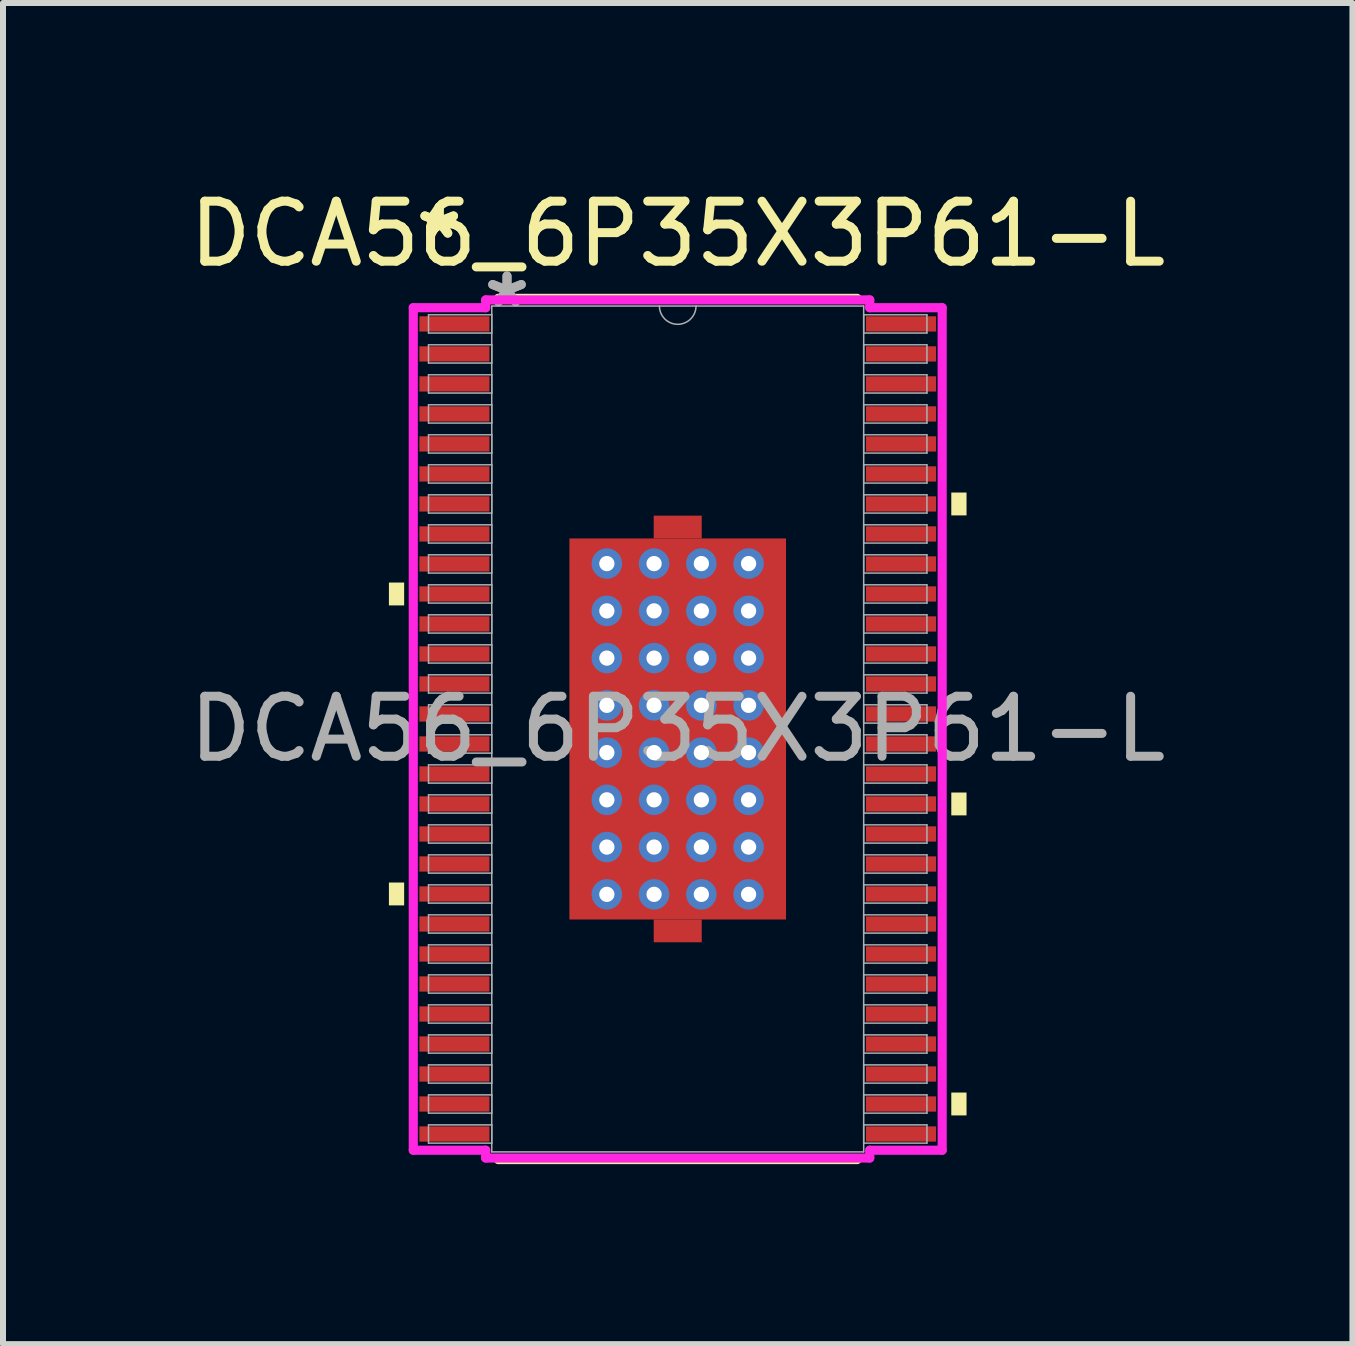
<source format=kicad_pcb>
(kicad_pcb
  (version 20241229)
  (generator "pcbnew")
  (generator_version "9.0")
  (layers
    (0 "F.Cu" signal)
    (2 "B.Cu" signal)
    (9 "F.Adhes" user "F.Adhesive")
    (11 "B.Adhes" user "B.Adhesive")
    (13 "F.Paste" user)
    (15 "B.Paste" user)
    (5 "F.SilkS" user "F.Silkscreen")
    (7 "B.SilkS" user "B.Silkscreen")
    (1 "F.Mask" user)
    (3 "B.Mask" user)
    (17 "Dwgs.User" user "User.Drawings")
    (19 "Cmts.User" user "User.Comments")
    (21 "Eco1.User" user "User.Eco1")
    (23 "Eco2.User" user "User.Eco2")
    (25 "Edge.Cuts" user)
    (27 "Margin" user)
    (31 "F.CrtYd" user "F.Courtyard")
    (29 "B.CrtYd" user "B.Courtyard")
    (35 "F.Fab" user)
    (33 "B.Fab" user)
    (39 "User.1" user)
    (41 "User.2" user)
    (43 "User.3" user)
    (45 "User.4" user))
  (footprint "DCA56_6P35X3P61-L"
    (layer "F.Cu")
    (at 8.244 9.098)
    (property "Reference" "DCA56_6P35X3P61-L" (at 0 -8.25 0) (unlocked yes) (layer "F.SilkS") (effects (font (size 1 1) (thickness 0.15))))
    (attr smd)
    (fp_poly (pts (xy -0.4 -3.175) (xy -0.4 -3.555) (xy 0.4 -3.555) (xy 0.4 -3.175)) (stroke (width 0) (type solid)) (fill yes) (layer "F.Cu"))
    (fp_poly (pts (xy -0.4 3.175) (xy -0.4 3.555) (xy 0.4 3.555) (xy 0.4 3.175)) (stroke (width 0) (type solid)) (fill yes) (layer "F.Cu"))
    (fp_poly (pts (xy -1.869 -3.239) (xy -1.381 -3.239) (xy -1.381 3.239) (xy -1.869 3.239)) (stroke (width 0) (type solid)) (fill yes) (layer "F.Mask"))
    (fp_poly (pts (xy -1.869 -3.239) (xy 1.869 -3.239) (xy 1.869 -2.956) (xy -1.869 -2.956)) (stroke (width 0) (type solid)) (fill yes) (layer "F.Mask"))
    (fp_poly (pts (xy -1.869 -2.556) (xy 1.869 -2.556) (xy 1.869 -2.168) (xy -1.869 -2.168)) (stroke (width 0) (type solid)) (fill yes) (layer "F.Mask"))
    (fp_poly (pts (xy -1.869 -1.768) (xy 1.869 -1.768) (xy 1.869 -1.381) (xy -1.869 -1.381)) (stroke (width 0) (type solid)) (fill yes) (layer "F.Mask"))
    (fp_poly (pts (xy -1.869 -0.981) (xy 1.869 -0.981) (xy 1.869 -0.594) (xy -1.869 -0.594)) (stroke (width 0) (type solid)) (fill yes) (layer "F.Mask"))
    (fp_poly (pts (xy -1.869 -0.194) (xy 1.869 -0.194) (xy 1.869 0.194) (xy -1.869 0.194)) (stroke (width 0) (type solid)) (fill yes) (layer "F.Mask"))
    (fp_poly (pts (xy -1.869 0.594) (xy 1.869 0.594) (xy 1.869 0.981) (xy -1.869 0.981)) (stroke (width 0) (type solid)) (fill yes) (layer "F.Mask"))
    (fp_poly (pts (xy -1.869 1.381) (xy 1.869 1.381) (xy 1.869 1.768) (xy -1.869 1.768)) (stroke (width 0) (type solid)) (fill yes) (layer "F.Mask"))
    (fp_poly (pts (xy -1.869 2.168) (xy 1.869 2.168) (xy 1.869 2.556) (xy -1.869 2.556)) (stroke (width 0) (type solid)) (fill yes) (layer "F.Mask"))
    (fp_poly (pts (xy -1.869 2.956) (xy 1.869 2.956) (xy 1.869 3.239) (xy -1.869 3.239)) (stroke (width 0) (type solid)) (fill yes) (layer "F.Mask"))
    (fp_poly (pts (xy -0.594 -3.239) (xy -0.981 -3.239) (xy -0.981 3.239) (xy -0.594 3.239)) (stroke (width 0) (type solid)) (fill yes) (layer "F.Mask"))
    (fp_poly (pts (xy -0.4 -3.175) (xy -0.4 -3.555) (xy 0.4 -3.555) (xy 0.4 -3.175)) (stroke (width 0) (type solid)) (fill yes) (layer "F.Mask"))
    (fp_poly (pts (xy -0.4 3.175) (xy -0.4 3.555) (xy 0.4 3.555) (xy 0.4 3.175)) (stroke (width 0) (type solid)) (fill yes) (layer "F.Mask"))
    (fp_poly (pts (xy 0.194 -3.239) (xy -0.194 -3.239) (xy -0.194 3.239) (xy 0.194 3.239)) (stroke (width 0) (type solid)) (fill yes) (layer "F.Mask"))
    (fp_poly (pts (xy 0.981 -3.239) (xy 0.594 -3.239) (xy 0.594 3.239) (xy 0.981 3.239)) (stroke (width 0) (type solid)) (fill yes) (layer "F.Mask"))
    (fp_poly (pts (xy 1.381 -3.239) (xy 1.869 -3.239) (xy 1.869 3.239) (xy 1.381 3.239)) (stroke (width 0) (type solid)) (fill yes) (layer "F.Mask"))
    (fp_line (start -2.99 7.176) (end 2.99 7.176) (stroke (width 0.152) (type solid)) (layer "F.SilkS"))
    (fp_line (start 2.99 -7.176) (end -2.99 -7.176) (stroke (width 0.152) (type solid)) (layer "F.SilkS"))
    (fp_poly (pts (xy -4.813 -2.44) (xy -4.813 -2.059) (xy -4.559 -2.059) (xy -4.559 -2.44)) (stroke (width 0) (type solid)) (fill yes) (layer "F.SilkS"))
    (fp_poly (pts (xy -4.813 2.559) (xy -4.813 2.94) (xy -4.559 2.94) (xy -4.559 2.559)) (stroke (width 0) (type solid)) (fill yes) (layer "F.SilkS"))
    (fp_poly (pts (xy 4.813 -3.94) (xy 4.813 -3.559) (xy 4.559 -3.559) (xy 4.559 -3.94)) (stroke (width 0) (type solid)) (fill yes) (layer "F.SilkS"))
    (fp_poly (pts (xy 4.813 1.059) (xy 4.813 1.44) (xy 4.559 1.44) (xy 4.559 1.059)) (stroke (width 0) (type solid)) (fill yes) (layer "F.SilkS"))
    (fp_poly (pts (xy 4.813 6.059) (xy 4.813 6.44) (xy 4.559 6.44) (xy 4.559 6.059)) (stroke (width 0) (type solid)) (fill yes) (layer "F.SilkS"))
    (fp_poly (pts (xy -1.73 -3.1) (xy -1.73 -2.856) (xy -1.423 -2.856) (xy -1.281 -2.997) (xy -1.281 -3.1)) (stroke (width 0) (type solid)) (fill yes) (layer "F.Paste"))
    (fp_poly (pts (xy -1.73 2.856) (xy -1.73 3.1) (xy -1.281 3.1) (xy -1.281 2.997) (xy -1.423 2.856)) (stroke (width 0) (type solid)) (fill yes) (layer "F.Paste"))
    (fp_poly (pts (xy 1.281 -3.1) (xy 1.281 -2.997) (xy 1.423 -2.856) (xy 1.73 -2.856) (xy 1.73 -3.1)) (stroke (width 0) (type solid)) (fill yes) (layer "F.Paste"))
    (fp_poly (pts (xy 1.423 2.856) (xy 1.281 2.997) (xy 1.281 3.1) (xy 1.73 3.1) (xy 1.73 2.856)) (stroke (width 0) (type solid)) (fill yes) (layer "F.Paste"))
    (fp_poly (pts (xy -1.73 -2.656) (xy -1.73 -2.068) (xy -1.423 -2.068) (xy -1.281 -2.21) (xy -1.281 -2.514) (xy -1.423 -2.656)) (stroke (width 0) (type solid)) (fill yes) (layer "F.Paste"))
    (fp_poly (pts (xy -1.73 -1.869) (xy -1.73 -1.281) (xy -1.423 -1.281) (xy -1.281 -1.423) (xy -1.281 -1.727) (xy -1.423 -1.869)) (stroke (width 0) (type solid)) (fill yes) (layer "F.Paste"))
    (fp_poly (pts (xy -1.73 -1.081) (xy -1.73 -0.494) (xy -1.423 -0.494) (xy -1.281 -0.635) (xy -1.281 -0.94) (xy -1.423 -1.081)) (stroke (width 0) (type solid)) (fill yes) (layer "F.Paste"))
    (fp_poly (pts (xy -1.73 -0.294) (xy -1.73 0.294) (xy -1.423 0.294) (xy -1.281 0.152) (xy -1.281 -0.152) (xy -1.423 -0.294)) (stroke (width 0) (type solid)) (fill yes) (layer "F.Paste"))
    (fp_poly (pts (xy -1.73 0.494) (xy -1.73 1.081) (xy -1.423 1.081) (xy -1.281 0.94) (xy -1.281 0.635) (xy -1.423 0.494)) (stroke (width 0) (type solid)) (fill yes) (layer "F.Paste"))
    (fp_poly (pts (xy -1.73 1.281) (xy -1.73 1.869) (xy -1.423 1.869) (xy -1.281 1.727) (xy -1.281 1.423) (xy -1.423 1.281)) (stroke (width 0) (type solid)) (fill yes) (layer "F.Paste"))
    (fp_poly (pts (xy -1.73 2.068) (xy -1.73 2.656) (xy -1.423 2.656) (xy -1.281 2.514) (xy -1.281 2.21) (xy -1.423 2.068)) (stroke (width 0) (type solid)) (fill yes) (layer "F.Paste"))
    (fp_poly (pts (xy -1.081 -3.1) (xy -1.081 -2.997) (xy -0.94 -2.856) (xy -0.635 -2.856) (xy -0.494 -2.997) (xy -0.494 -3.1)) (stroke (width 0) (type solid)) (fill yes) (layer "F.Paste"))
    (fp_poly (pts (xy -0.94 2.856) (xy -1.081 2.997) (xy -1.081 3.1) (xy -0.494 3.1) (xy -0.494 2.997) (xy -0.635 2.856)) (stroke (width 0) (type solid)) (fill yes) (layer "F.Paste"))
    (fp_poly (pts (xy -0.294 -3.1) (xy -0.294 -2.997) (xy -0.152 -2.856) (xy 0.152 -2.856) (xy 0.294 -2.997) (xy 0.294 -3.1)) (stroke (width 0) (type solid)) (fill yes) (layer "F.Paste"))
    (fp_poly (pts (xy -0.152 2.856) (xy -0.294 2.997) (xy -0.294 3.1) (xy 0.294 3.1) (xy 0.294 2.997) (xy 0.152 2.856)) (stroke (width 0) (type solid)) (fill yes) (layer "F.Paste"))
    (fp_poly (pts (xy 0.494 -3.1) (xy 0.494 -2.997) (xy 0.635 -2.856) (xy 0.94 -2.856) (xy 1.081 -2.997) (xy 1.081 -3.1)) (stroke (width 0) (type solid)) (fill yes) (layer "F.Paste"))
    (fp_poly (pts (xy 0.635 2.856) (xy 0.494 2.997) (xy 0.494 3.1) (xy 1.081 3.1) (xy 1.081 2.997) (xy 0.94 2.856)) (stroke (width 0) (type solid)) (fill yes) (layer "F.Paste"))
    (fp_poly (pts (xy 1.423 -2.656) (xy 1.281 -2.514) (xy 1.281 -2.21) (xy 1.423 -2.068) (xy 1.73 -2.068) (xy 1.73 -2.656)) (stroke (width 0) (type solid)) (fill yes) (layer "F.Paste"))
    (fp_poly (pts (xy 1.423 -1.869) (xy 1.281 -1.727) (xy 1.281 -1.423) (xy 1.423 -1.281) (xy 1.73 -1.281) (xy 1.73 -1.869)) (stroke (width 0) (type solid)) (fill yes) (layer "F.Paste"))
    (fp_poly (pts (xy 1.423 -1.081) (xy 1.281 -0.94) (xy 1.281 -0.635) (xy 1.423 -0.494) (xy 1.73 -0.494) (xy 1.73 -1.081)) (stroke (width 0) (type solid)) (fill yes) (layer "F.Paste"))
    (fp_poly (pts (xy 1.423 -0.294) (xy 1.281 -0.152) (xy 1.281 0.152) (xy 1.423 0.294) (xy 1.73 0.294) (xy 1.73 -0.294)) (stroke (width 0) (type solid)) (fill yes) (layer "F.Paste"))
    (fp_poly (pts (xy 1.423 0.494) (xy 1.281 0.635) (xy 1.281 0.94) (xy 1.423 1.081) (xy 1.73 1.081) (xy 1.73 0.494)) (stroke (width 0) (type solid)) (fill yes) (layer "F.Paste"))
    (fp_poly (pts (xy 1.423 1.281) (xy 1.281 1.423) (xy 1.281 1.727) (xy 1.423 1.869) (xy 1.73 1.869) (xy 1.73 1.281)) (stroke (width 0) (type solid)) (fill yes) (layer "F.Paste"))
    (fp_poly (pts (xy 1.423 2.068) (xy 1.281 2.21) (xy 1.281 2.514) (xy 1.423 2.656) (xy 1.73 2.656) (xy 1.73 2.068)) (stroke (width 0) (type solid)) (fill yes) (layer "F.Paste"))
    (fp_poly (pts (xy -0.94 -2.656) (xy -1.081 -2.514) (xy -1.081 -2.21) (xy -0.94 -2.068) (xy -0.635 -2.068) (xy -0.494 -2.21) (xy -0.494 -2.514) (xy -0.635 -2.656)) (stroke (width 0) (type solid)) (fill yes) (layer "F.Paste"))
    (fp_poly (pts (xy -0.94 -1.869) (xy -1.081 -1.727) (xy -1.081 -1.423) (xy -0.94 -1.281) (xy -0.635 -1.281) (xy -0.494 -1.423) (xy -0.494 -1.727) (xy -0.635 -1.869)) (stroke (width 0) (type solid)) (fill yes) (layer "F.Paste"))
    (fp_poly (pts (xy -0.94 -1.081) (xy -1.081 -0.94) (xy -1.081 -0.635) (xy -0.94 -0.494) (xy -0.635 -0.494) (xy -0.494 -0.635) (xy -0.494 -0.94) (xy -0.635 -1.081)) (stroke (width 0) (type solid)) (fill yes) (layer "F.Paste"))
    (fp_poly (pts (xy -0.94 -0.294) (xy -1.081 -0.152) (xy -1.081 0.152) (xy -0.94 0.294) (xy -0.635 0.294) (xy -0.494 0.152) (xy -0.494 -0.152) (xy -0.635 -0.294)) (stroke (width 0) (type solid)) (fill yes) (layer "F.Paste"))
    (fp_poly (pts (xy -0.94 0.494) (xy -1.081 0.635) (xy -1.081 0.94) (xy -0.94 1.081) (xy -0.635 1.081) (xy -0.494 0.94) (xy -0.494 0.635) (xy -0.635 0.494)) (stroke (width 0) (type solid)) (fill yes) (layer "F.Paste"))
    (fp_poly (pts (xy -0.94 1.281) (xy -1.081 1.423) (xy -1.081 1.727) (xy -0.94 1.869) (xy -0.635 1.869) (xy -0.494 1.727) (xy -0.494 1.423) (xy -0.635 1.281)) (stroke (width 0) (type solid)) (fill yes) (layer "F.Paste"))
    (fp_poly (pts (xy -0.94 2.068) (xy -1.081 2.21) (xy -1.081 2.514) (xy -0.94 2.656) (xy -0.635 2.656) (xy -0.494 2.514) (xy -0.494 2.21) (xy -0.635 2.068)) (stroke (width 0) (type solid)) (fill yes) (layer "F.Paste"))
    (fp_poly (pts (xy -0.152 -2.656) (xy -0.294 -2.514) (xy -0.294 -2.21) (xy -0.152 -2.068) (xy 0.152 -2.068) (xy 0.294 -2.21) (xy 0.294 -2.514) (xy 0.152 -2.656)) (stroke (width 0) (type solid)) (fill yes) (layer "F.Paste"))
    (fp_poly (pts (xy -0.152 -1.869) (xy -0.294 -1.727) (xy -0.294 -1.423) (xy -0.152 -1.281) (xy 0.152 -1.281) (xy 0.294 -1.423) (xy 0.294 -1.727) (xy 0.152 -1.869)) (stroke (width 0) (type solid)) (fill yes) (layer "F.Paste"))
    (fp_poly (pts (xy -0.152 -1.081) (xy -0.294 -0.94) (xy -0.294 -0.635) (xy -0.152 -0.494) (xy 0.152 -0.494) (xy 0.294 -0.635) (xy 0.294 -0.94) (xy 0.152 -1.081)) (stroke (width 0) (type solid)) (fill yes) (layer "F.Paste"))
    (fp_poly (pts (xy -0.152 -0.294) (xy -0.294 -0.152) (xy -0.294 0.152) (xy -0.152 0.294) (xy 0.152 0.294) (xy 0.294 0.152) (xy 0.294 -0.152) (xy 0.152 -0.294)) (stroke (width 0) (type solid)) (fill yes) (layer "F.Paste"))
    (fp_poly (pts (xy -0.152 0.494) (xy -0.294 0.635) (xy -0.294 0.94) (xy -0.152 1.081) (xy 0.152 1.081) (xy 0.294 0.94) (xy 0.294 0.635) (xy 0.152 0.494)) (stroke (width 0) (type solid)) (fill yes) (layer "F.Paste"))
    (fp_poly (pts (xy -0.152 1.281) (xy -0.294 1.423) (xy -0.294 1.727) (xy -0.152 1.869) (xy 0.152 1.869) (xy 0.294 1.727) (xy 0.294 1.423) (xy 0.152 1.281)) (stroke (width 0) (type solid)) (fill yes) (layer "F.Paste"))
    (fp_poly (pts (xy -0.152 2.068) (xy -0.294 2.21) (xy -0.294 2.514) (xy -0.152 2.656) (xy 0.152 2.656) (xy 0.294 2.514) (xy 0.294 2.21) (xy 0.152 2.068)) (stroke (width 0) (type solid)) (fill yes) (layer "F.Paste"))
    (fp_poly (pts (xy 0.635 -2.656) (xy 0.494 -2.514) (xy 0.494 -2.21) (xy 0.635 -2.068) (xy 0.94 -2.068) (xy 1.081 -2.21) (xy 1.081 -2.514) (xy 0.94 -2.656)) (stroke (width 0) (type solid)) (fill yes) (layer "F.Paste"))
    (fp_poly (pts (xy 0.635 -1.869) (xy 0.494 -1.727) (xy 0.494 -1.423) (xy 0.635 -1.281) (xy 0.94 -1.281) (xy 1.081 -1.423) (xy 1.081 -1.727) (xy 0.94 -1.869)) (stroke (width 0) (type solid)) (fill yes) (layer "F.Paste"))
    (fp_poly (pts (xy 0.635 -1.081) (xy 0.494 -0.94) (xy 0.494 -0.635) (xy 0.635 -0.494) (xy 0.94 -0.494) (xy 1.081 -0.635) (xy 1.081 -0.94) (xy 0.94 -1.081)) (stroke (width 0) (type solid)) (fill yes) (layer "F.Paste"))
    (fp_poly (pts (xy 0.635 -0.294) (xy 0.494 -0.152) (xy 0.494 0.152) (xy 0.635 0.294) (xy 0.94 0.294) (xy 1.081 0.152) (xy 1.081 -0.152) (xy 0.94 -0.294)) (stroke (width 0) (type solid)) (fill yes) (layer "F.Paste"))
    (fp_poly (pts (xy 0.635 0.494) (xy 0.494 0.635) (xy 0.494 0.94) (xy 0.635 1.081) (xy 0.94 1.081) (xy 1.081 0.94) (xy 1.081 0.635) (xy 0.94 0.494)) (stroke (width 0) (type solid)) (fill yes) (layer "F.Paste"))
    (fp_poly (pts (xy 0.635 1.281) (xy 0.494 1.423) (xy 0.494 1.727) (xy 0.635 1.869) (xy 0.94 1.869) (xy 1.081 1.727) (xy 1.081 1.423) (xy 0.94 1.281)) (stroke (width 0) (type solid)) (fill yes) (layer "F.Paste"))
    (fp_poly (pts (xy 0.635 2.068) (xy 0.494 2.21) (xy 0.494 2.514) (xy 0.635 2.656) (xy 0.94 2.656) (xy 1.081 2.514) (xy 1.081 2.21) (xy 0.94 2.068)) (stroke (width 0) (type solid)) (fill yes) (layer "F.Paste"))
    (fp_line (start -4.407 -7.02) (end -3.2 -7.02) (stroke (width 0.152) (type solid)) (layer "F.CrtYd"))
    (fp_line (start -4.407 7.02) (end -4.407 -7.02) (stroke (width 0.152) (type solid)) (layer "F.CrtYd"))
    (fp_line (start -4.407 7.02) (end -3.2 7.02) (stroke (width 0.152) (type solid)) (layer "F.CrtYd"))
    (fp_line (start -3.2 -7.15) (end 3.2 -7.15) (stroke (width 0.152) (type solid)) (layer "F.CrtYd"))
    (fp_line (start -3.2 -7.02) (end -3.2 -7.15) (stroke (width 0.152) (type solid)) (layer "F.CrtYd"))
    (fp_line (start -3.2 7.15) (end -3.2 7.02) (stroke (width 0.152) (type solid)) (layer "F.CrtYd"))
    (fp_line (start 3.2 -7.15) (end 3.2 -7.02) (stroke (width 0.152) (type solid)) (layer "F.CrtYd"))
    (fp_line (start 3.2 7.02) (end 3.2 7.15) (stroke (width 0.152) (type solid)) (layer "F.CrtYd"))
    (fp_line (start 3.2 7.15) (end -3.2 7.15) (stroke (width 0.152) (type solid)) (layer "F.CrtYd"))
    (fp_line (start 4.407 -7.02) (end 3.2 -7.02) (stroke (width 0.152) (type solid)) (layer "F.CrtYd"))
    (fp_line (start 4.407 -7.02) (end 4.407 7.02) (stroke (width 0.152) (type solid)) (layer "F.CrtYd"))
    (fp_line (start 4.407 7.02) (end 3.2 7.02) (stroke (width 0.152) (type solid)) (layer "F.CrtYd"))
    (fp_line (start -4.153 -6.902) (end -4.153 -6.598) (stroke (width 0.025) (type solid)) (layer "F.Fab"))
    (fp_line (start -4.153 -6.598) (end -3.099 -6.598) (stroke (width 0.025) (type solid)) (layer "F.Fab"))
    (fp_line (start -4.153 -6.402) (end -4.153 -6.098) (stroke (width 0.025) (type solid)) (layer "F.Fab"))
    (fp_line (start -4.153 -6.098) (end -3.099 -6.098) (stroke (width 0.025) (type solid)) (layer "F.Fab"))
    (fp_line (start -4.153 -5.902) (end -4.153 -5.598) (stroke (width 0.025) (type solid)) (layer "F.Fab"))
    (fp_line (start -4.153 -5.598) (end -3.099 -5.598) (stroke (width 0.025) (type solid)) (layer "F.Fab"))
    (fp_line (start -4.153 -5.402) (end -4.153 -5.098) (stroke (width 0.025) (type solid)) (layer "F.Fab"))
    (fp_line (start -4.153 -5.098) (end -3.099 -5.098) (stroke (width 0.025) (type solid)) (layer "F.Fab"))
    (fp_line (start -4.153 -4.902) (end -4.153 -4.598) (stroke (width 0.025) (type solid)) (layer "F.Fab"))
    (fp_line (start -4.153 -4.598) (end -3.099 -4.598) (stroke (width 0.025) (type solid)) (layer "F.Fab"))
    (fp_line (start -4.153 -4.402) (end -4.153 -4.098) (stroke (width 0.025) (type solid)) (layer "F.Fab"))
    (fp_line (start -4.153 -4.098) (end -3.099 -4.098) (stroke (width 0.025) (type solid)) (layer "F.Fab"))
    (fp_line (start -4.153 -3.902) (end -4.153 -3.598) (stroke (width 0.025) (type solid)) (layer "F.Fab"))
    (fp_line (start -4.153 -3.598) (end -3.099 -3.598) (stroke (width 0.025) (type solid)) (layer "F.Fab"))
    (fp_line (start -4.153 -3.402) (end -4.153 -3.098) (stroke (width 0.025) (type solid)) (layer "F.Fab"))
    (fp_line (start -4.153 -3.098) (end -3.099 -3.098) (stroke (width 0.025) (type solid)) (layer "F.Fab"))
    (fp_line (start -4.153 -2.902) (end -4.153 -2.598) (stroke (width 0.025) (type solid)) (layer "F.Fab"))
    (fp_line (start -4.153 -2.598) (end -3.099 -2.598) (stroke (width 0.025) (type solid)) (layer "F.Fab"))
    (fp_line (start -4.153 -2.402) (end -4.153 -2.098) (stroke (width 0.025) (type solid)) (layer "F.Fab"))
    (fp_line (start -4.153 -2.098) (end -3.099 -2.098) (stroke (width 0.025) (type solid)) (layer "F.Fab"))
    (fp_line (start -4.153 -1.902) (end -4.153 -1.598) (stroke (width 0.025) (type solid)) (layer "F.Fab"))
    (fp_line (start -4.153 -1.598) (end -3.099 -1.598) (stroke (width 0.025) (type solid)) (layer "F.Fab"))
    (fp_line (start -4.153 -1.402) (end -4.153 -1.098) (stroke (width 0.025) (type solid)) (layer "F.Fab"))
    (fp_line (start -4.153 -1.098) (end -3.099 -1.098) (stroke (width 0.025) (type solid)) (layer "F.Fab"))
    (fp_line (start -4.153 -0.902) (end -4.153 -0.598) (stroke (width 0.025) (type solid)) (layer "F.Fab"))
    (fp_line (start -4.153 -0.598) (end -3.099 -0.598) (stroke (width 0.025) (type solid)) (layer "F.Fab"))
    (fp_line (start -4.153 -0.402) (end -4.153 -0.098) (stroke (width 0.025) (type solid)) (layer "F.Fab"))
    (fp_line (start -4.153 -0.098) (end -3.099 -0.098) (stroke (width 0.025) (type solid)) (layer "F.Fab"))
    (fp_line (start -4.153 0.098) (end -4.153 0.402) (stroke (width 0.025) (type solid)) (layer "F.Fab"))
    (fp_line (start -4.153 0.402) (end -3.099 0.402) (stroke (width 0.025) (type solid)) (layer "F.Fab"))
    (fp_line (start -4.153 0.598) (end -4.153 0.902) (stroke (width 0.025) (type solid)) (layer "F.Fab"))
    (fp_line (start -4.153 0.902) (end -3.099 0.902) (stroke (width 0.025) (type solid)) (layer "F.Fab"))
    (fp_line (start -4.153 1.098) (end -4.153 1.402) (stroke (width 0.025) (type solid)) (layer "F.Fab"))
    (fp_line (start -4.153 1.402) (end -3.099 1.402) (stroke (width 0.025) (type solid)) (layer "F.Fab"))
    (fp_line (start -4.153 1.598) (end -4.153 1.902) (stroke (width 0.025) (type solid)) (layer "F.Fab"))
    (fp_line (start -4.153 1.902) (end -3.099 1.902) (stroke (width 0.025) (type solid)) (layer "F.Fab"))
    (fp_line (start -4.153 2.098) (end -4.153 2.402) (stroke (width 0.025) (type solid)) (layer "F.Fab"))
    (fp_line (start -4.153 2.402) (end -3.099 2.402) (stroke (width 0.025) (type solid)) (layer "F.Fab"))
    (fp_line (start -4.153 2.598) (end -4.153 2.902) (stroke (width 0.025) (type solid)) (layer "F.Fab"))
    (fp_line (start -4.153 2.902) (end -3.099 2.902) (stroke (width 0.025) (type solid)) (layer "F.Fab"))
    (fp_line (start -4.153 3.098) (end -4.153 3.402) (stroke (width 0.025) (type solid)) (layer "F.Fab"))
    (fp_line (start -4.153 3.402) (end -3.099 3.402) (stroke (width 0.025) (type solid)) (layer "F.Fab"))
    (fp_line (start -4.153 3.598) (end -4.153 3.902) (stroke (width 0.025) (type solid)) (layer "F.Fab"))
    (fp_line (start -4.153 3.902) (end -3.099 3.902) (stroke (width 0.025) (type solid)) (layer "F.Fab"))
    (fp_line (start -4.153 4.098) (end -4.153 4.402) (stroke (width 0.025) (type solid)) (layer "F.Fab"))
    (fp_line (start -4.153 4.402) (end -3.099 4.402) (stroke (width 0.025) (type solid)) (layer "F.Fab"))
    (fp_line (start -4.153 4.598) (end -4.153 4.902) (stroke (width 0.025) (type solid)) (layer "F.Fab"))
    (fp_line (start -4.153 4.902) (end -3.099 4.902) (stroke (width 0.025) (type solid)) (layer "F.Fab"))
    (fp_line (start -4.153 5.098) (end -4.153 5.402) (stroke (width 0.025) (type solid)) (layer "F.Fab"))
    (fp_line (start -4.153 5.402) (end -3.099 5.402) (stroke (width 0.025) (type solid)) (layer "F.Fab"))
    (fp_line (start -4.153 5.598) (end -4.153 5.902) (stroke (width 0.025) (type solid)) (layer "F.Fab"))
    (fp_line (start -4.153 5.902) (end -3.099 5.902) (stroke (width 0.025) (type solid)) (layer "F.Fab"))
    (fp_line (start -4.153 6.098) (end -4.153 6.402) (stroke (width 0.025) (type solid)) (layer "F.Fab"))
    (fp_line (start -4.153 6.402) (end -3.099 6.402) (stroke (width 0.025) (type solid)) (layer "F.Fab"))
    (fp_line (start -4.153 6.598) (end -4.153 6.902) (stroke (width 0.025) (type solid)) (layer "F.Fab"))
    (fp_line (start -4.153 6.902) (end -3.099 6.902) (stroke (width 0.025) (type solid)) (layer "F.Fab"))
    (fp_line (start -3.099 -7.048) (end -3.099 7.048) (stroke (width 0.025) (type solid)) (layer "F.Fab"))
    (fp_line (start -3.099 -6.902) (end -4.153 -6.902) (stroke (width 0.025) (type solid)) (layer "F.Fab"))
    (fp_line (start -3.099 -6.598) (end -3.099 -6.902) (stroke (width 0.025) (type solid)) (layer "F.Fab"))
    (fp_line (start -3.099 -6.402) (end -4.153 -6.402) (stroke (width 0.025) (type solid)) (layer "F.Fab"))
    (fp_line (start -3.099 -6.098) (end -3.099 -6.402) (stroke (width 0.025) (type solid)) (layer "F.Fab"))
    (fp_line (start -3.099 -5.902) (end -4.153 -5.902) (stroke (width 0.025) (type solid)) (layer "F.Fab"))
    (fp_line (start -3.099 -5.598) (end -3.099 -5.902) (stroke (width 0.025) (type solid)) (layer "F.Fab"))
    (fp_line (start -3.099 -5.402) (end -4.153 -5.402) (stroke (width 0.025) (type solid)) (layer "F.Fab"))
    (fp_line (start -3.099 -5.098) (end -3.099 -5.402) (stroke (width 0.025) (type solid)) (layer "F.Fab"))
    (fp_line (start -3.099 -4.902) (end -4.153 -4.902) (stroke (width 0.025) (type solid)) (layer "F.Fab"))
    (fp_line (start -3.099 -4.598) (end -3.099 -4.902) (stroke (width 0.025) (type solid)) (layer "F.Fab"))
    (fp_line (start -3.099 -4.402) (end -4.153 -4.402) (stroke (width 0.025) (type solid)) (layer "F.Fab"))
    (fp_line (start -3.099 -4.098) (end -3.099 -4.402) (stroke (width 0.025) (type solid)) (layer "F.Fab"))
    (fp_line (start -3.099 -3.902) (end -4.153 -3.902) (stroke (width 0.025) (type solid)) (layer "F.Fab"))
    (fp_line (start -3.099 -3.598) (end -3.099 -3.902) (stroke (width 0.025) (type solid)) (layer "F.Fab"))
    (fp_line (start -3.099 -3.402) (end -4.153 -3.402) (stroke (width 0.025) (type solid)) (layer "F.Fab"))
    (fp_line (start -3.099 -3.098) (end -3.099 -3.402) (stroke (width 0.025) (type solid)) (layer "F.Fab"))
    (fp_line (start -3.099 -2.902) (end -4.153 -2.902) (stroke (width 0.025) (type solid)) (layer "F.Fab"))
    (fp_line (start -3.099 -2.598) (end -3.099 -2.902) (stroke (width 0.025) (type solid)) (layer "F.Fab"))
    (fp_line (start -3.099 -2.402) (end -4.153 -2.402) (stroke (width 0.025) (type solid)) (layer "F.Fab"))
    (fp_line (start -3.099 -2.098) (end -3.099 -2.402) (stroke (width 0.025) (type solid)) (layer "F.Fab"))
    (fp_line (start -3.099 -1.902) (end -4.153 -1.902) (stroke (width 0.025) (type solid)) (layer "F.Fab"))
    (fp_line (start -3.099 -1.598) (end -3.099 -1.902) (stroke (width 0.025) (type solid)) (layer "F.Fab"))
    (fp_line (start -3.099 -1.402) (end -4.153 -1.402) (stroke (width 0.025) (type solid)) (layer "F.Fab"))
    (fp_line (start -3.099 -1.098) (end -3.099 -1.402) (stroke (width 0.025) (type solid)) (layer "F.Fab"))
    (fp_line (start -3.099 -0.902) (end -4.153 -0.902) (stroke (width 0.025) (type solid)) (layer "F.Fab"))
    (fp_line (start -3.099 -0.598) (end -3.099 -0.902) (stroke (width 0.025) (type solid)) (layer "F.Fab"))
    (fp_line (start -3.099 -0.402) (end -4.153 -0.402) (stroke (width 0.025) (type solid)) (layer "F.Fab"))
    (fp_line (start -3.099 -0.098) (end -3.099 -0.402) (stroke (width 0.025) (type solid)) (layer "F.Fab"))
    (fp_line (start -3.099 0.098) (end -4.153 0.098) (stroke (width 0.025) (type solid)) (layer "F.Fab"))
    (fp_line (start -3.099 0.402) (end -3.099 0.098) (stroke (width 0.025) (type solid)) (layer "F.Fab"))
    (fp_line (start -3.099 0.598) (end -4.153 0.598) (stroke (width 0.025) (type solid)) (layer "F.Fab"))
    (fp_line (start -3.099 0.902) (end -3.099 0.598) (stroke (width 0.025) (type solid)) (layer "F.Fab"))
    (fp_line (start -3.099 1.098) (end -4.153 1.098) (stroke (width 0.025) (type solid)) (layer "F.Fab"))
    (fp_line (start -3.099 1.402) (end -3.099 1.098) (stroke (width 0.025) (type solid)) (layer "F.Fab"))
    (fp_line (start -3.099 1.598) (end -4.153 1.598) (stroke (width 0.025) (type solid)) (layer "F.Fab"))
    (fp_line (start -3.099 1.902) (end -3.099 1.598) (stroke (width 0.025) (type solid)) (layer "F.Fab"))
    (fp_line (start -3.099 2.098) (end -4.153 2.098) (stroke (width 0.025) (type solid)) (layer "F.Fab"))
    (fp_line (start -3.099 2.402) (end -3.099 2.098) (stroke (width 0.025) (type solid)) (layer "F.Fab"))
    (fp_line (start -3.099 2.598) (end -4.153 2.598) (stroke (width 0.025) (type solid)) (layer "F.Fab"))
    (fp_line (start -3.099 2.902) (end -3.099 2.598) (stroke (width 0.025) (type solid)) (layer "F.Fab"))
    (fp_line (start -3.099 3.098) (end -4.153 3.098) (stroke (width 0.025) (type solid)) (layer "F.Fab"))
    (fp_line (start -3.099 3.402) (end -3.099 3.098) (stroke (width 0.025) (type solid)) (layer "F.Fab"))
    (fp_line (start -3.099 3.598) (end -4.153 3.598) (stroke (width 0.025) (type solid)) (layer "F.Fab"))
    (fp_line (start -3.099 3.902) (end -3.099 3.598) (stroke (width 0.025) (type solid)) (layer "F.Fab"))
    (fp_line (start -3.099 4.098) (end -4.153 4.098) (stroke (width 0.025) (type solid)) (layer "F.Fab"))
    (fp_line (start -3.099 4.402) (end -3.099 4.098) (stroke (width 0.025) (type solid)) (layer "F.Fab"))
    (fp_line (start -3.099 4.598) (end -4.153 4.598) (stroke (width 0.025) (type solid)) (layer "F.Fab"))
    (fp_line (start -3.099 4.902) (end -3.099 4.598) (stroke (width 0.025) (type solid)) (layer "F.Fab"))
    (fp_line (start -3.099 5.098) (end -4.153 5.098) (stroke (width 0.025) (type solid)) (layer "F.Fab"))
    (fp_line (start -3.099 5.402) (end -3.099 5.098) (stroke (width 0.025) (type solid)) (layer "F.Fab"))
    (fp_line (start -3.099 5.598) (end -4.153 5.598) (stroke (width 0.025) (type solid)) (layer "F.Fab"))
    (fp_line (start -3.099 5.902) (end -3.099 5.598) (stroke (width 0.025) (type solid)) (layer "F.Fab"))
    (fp_line (start -3.099 6.098) (end -4.153 6.098) (stroke (width 0.025) (type solid)) (layer "F.Fab"))
    (fp_line (start -3.099 6.402) (end -3.099 6.098) (stroke (width 0.025) (type solid)) (layer "F.Fab"))
    (fp_line (start -3.099 6.598) (end -4.153 6.598) (stroke (width 0.025) (type solid)) (layer "F.Fab"))
    (fp_line (start -3.099 6.902) (end -3.099 6.598) (stroke (width 0.025) (type solid)) (layer "F.Fab"))
    (fp_line (start -3.099 7.048) (end 3.099 7.048) (stroke (width 0.025) (type solid)) (layer "F.Fab"))
    (fp_line (start 3.099 -7.048) (end -3.099 -7.048) (stroke (width 0.025) (type solid)) (layer "F.Fab"))
    (fp_line (start 3.099 -6.902) (end 3.099 -6.598) (stroke (width 0.025) (type solid)) (layer "F.Fab"))
    (fp_line (start 3.099 -6.598) (end 4.153 -6.598) (stroke (width 0.025) (type solid)) (layer "F.Fab"))
    (fp_line (start 3.099 -6.402) (end 3.099 -6.098) (stroke (width 0.025) (type solid)) (layer "F.Fab"))
    (fp_line (start 3.099 -6.098) (end 4.153 -6.098) (stroke (width 0.025) (type solid)) (layer "F.Fab"))
    (fp_line (start 3.099 -5.902) (end 3.099 -5.598) (stroke (width 0.025) (type solid)) (layer "F.Fab"))
    (fp_line (start 3.099 -5.598) (end 4.153 -5.598) (stroke (width 0.025) (type solid)) (layer "F.Fab"))
    (fp_line (start 3.099 -5.402) (end 3.099 -5.098) (stroke (width 0.025) (type solid)) (layer "F.Fab"))
    (fp_line (start 3.099 -5.098) (end 4.153 -5.098) (stroke (width 0.025) (type solid)) (layer "F.Fab"))
    (fp_line (start 3.099 -4.902) (end 3.099 -4.598) (stroke (width 0.025) (type solid)) (layer "F.Fab"))
    (fp_line (start 3.099 -4.598) (end 4.153 -4.598) (stroke (width 0.025) (type solid)) (layer "F.Fab"))
    (fp_line (start 3.099 -4.402) (end 3.099 -4.098) (stroke (width 0.025) (type solid)) (layer "F.Fab"))
    (fp_line (start 3.099 -4.098) (end 4.153 -4.098) (stroke (width 0.025) (type solid)) (layer "F.Fab"))
    (fp_line (start 3.099 -3.902) (end 3.099 -3.598) (stroke (width 0.025) (type solid)) (layer "F.Fab"))
    (fp_line (start 3.099 -3.598) (end 4.153 -3.598) (stroke (width 0.025) (type solid)) (layer "F.Fab"))
    (fp_line (start 3.099 -3.402) (end 3.099 -3.098) (stroke (width 0.025) (type solid)) (layer "F.Fab"))
    (fp_line (start 3.099 -3.098) (end 4.153 -3.098) (stroke (width 0.025) (type solid)) (layer "F.Fab"))
    (fp_line (start 3.099 -2.902) (end 3.099 -2.598) (stroke (width 0.025) (type solid)) (layer "F.Fab"))
    (fp_line (start 3.099 -2.598) (end 4.153 -2.598) (stroke (width 0.025) (type solid)) (layer "F.Fab"))
    (fp_line (start 3.099 -2.402) (end 3.099 -2.098) (stroke (width 0.025) (type solid)) (layer "F.Fab"))
    (fp_line (start 3.099 -2.098) (end 4.153 -2.098) (stroke (width 0.025) (type solid)) (layer "F.Fab"))
    (fp_line (start 3.099 -1.902) (end 3.099 -1.598) (stroke (width 0.025) (type solid)) (layer "F.Fab"))
    (fp_line (start 3.099 -1.598) (end 4.153 -1.598) (stroke (width 0.025) (type solid)) (layer "F.Fab"))
    (fp_line (start 3.099 -1.402) (end 3.099 -1.098) (stroke (width 0.025) (type solid)) (layer "F.Fab"))
    (fp_line (start 3.099 -1.098) (end 4.153 -1.098) (stroke (width 0.025) (type solid)) (layer "F.Fab"))
    (fp_line (start 3.099 -0.902) (end 3.099 -0.598) (stroke (width 0.025) (type solid)) (layer "F.Fab"))
    (fp_line (start 3.099 -0.598) (end 4.153 -0.598) (stroke (width 0.025) (type solid)) (layer "F.Fab"))
    (fp_line (start 3.099 -0.402) (end 3.099 -0.098) (stroke (width 0.025) (type solid)) (layer "F.Fab"))
    (fp_line (start 3.099 -0.098) (end 4.153 -0.098) (stroke (width 0.025) (type solid)) (layer "F.Fab"))
    (fp_line (start 3.099 0.098) (end 3.099 0.402) (stroke (width 0.025) (type solid)) (layer "F.Fab"))
    (fp_line (start 3.099 0.402) (end 4.153 0.402) (stroke (width 0.025) (type solid)) (layer "F.Fab"))
    (fp_line (start 3.099 0.598) (end 3.099 0.902) (stroke (width 0.025) (type solid)) (layer "F.Fab"))
    (fp_line (start 3.099 0.902) (end 4.153 0.902) (stroke (width 0.025) (type solid)) (layer "F.Fab"))
    (fp_line (start 3.099 1.098) (end 3.099 1.402) (stroke (width 0.025) (type solid)) (layer "F.Fab"))
    (fp_line (start 3.099 1.402) (end 4.153 1.402) (stroke (width 0.025) (type solid)) (layer "F.Fab"))
    (fp_line (start 3.099 1.598) (end 3.099 1.902) (stroke (width 0.025) (type solid)) (layer "F.Fab"))
    (fp_line (start 3.099 1.902) (end 4.153 1.902) (stroke (width 0.025) (type solid)) (layer "F.Fab"))
    (fp_line (start 3.099 2.098) (end 3.099 2.402) (stroke (width 0.025) (type solid)) (layer "F.Fab"))
    (fp_line (start 3.099 2.402) (end 4.153 2.402) (stroke (width 0.025) (type solid)) (layer "F.Fab"))
    (fp_line (start 3.099 2.598) (end 3.099 2.902) (stroke (width 0.025) (type solid)) (layer "F.Fab"))
    (fp_line (start 3.099 2.902) (end 4.153 2.902) (stroke (width 0.025) (type solid)) (layer "F.Fab"))
    (fp_line (start 3.099 3.098) (end 3.099 3.402) (stroke (width 0.025) (type solid)) (layer "F.Fab"))
    (fp_line (start 3.099 3.402) (end 4.153 3.402) (stroke (width 0.025) (type solid)) (layer "F.Fab"))
    (fp_line (start 3.099 3.598) (end 3.099 3.902) (stroke (width 0.025) (type solid)) (layer "F.Fab"))
    (fp_line (start 3.099 3.902) (end 4.153 3.902) (stroke (width 0.025) (type solid)) (layer "F.Fab"))
    (fp_line (start 3.099 4.098) (end 3.099 4.402) (stroke (width 0.025) (type solid)) (layer "F.Fab"))
    (fp_line (start 3.099 4.402) (end 4.153 4.402) (stroke (width 0.025) (type solid)) (layer "F.Fab"))
    (fp_line (start 3.099 4.598) (end 3.099 4.902) (stroke (width 0.025) (type solid)) (layer "F.Fab"))
    (fp_line (start 3.099 4.902) (end 4.153 4.902) (stroke (width 0.025) (type solid)) (layer "F.Fab"))
    (fp_line (start 3.099 5.098) (end 3.099 5.402) (stroke (width 0.025) (type solid)) (layer "F.Fab"))
    (fp_line (start 3.099 5.402) (end 4.153 5.402) (stroke (width 0.025) (type solid)) (layer "F.Fab"))
    (fp_line (start 3.099 5.598) (end 3.099 5.902) (stroke (width 0.025) (type solid)) (layer "F.Fab"))
    (fp_line (start 3.099 5.902) (end 4.153 5.902) (stroke (width 0.025) (type solid)) (layer "F.Fab"))
    (fp_line (start 3.099 6.098) (end 3.099 6.402) (stroke (width 0.025) (type solid)) (layer "F.Fab"))
    (fp_line (start 3.099 6.402) (end 4.153 6.402) (stroke (width 0.025) (type solid)) (layer "F.Fab"))
    (fp_line (start 3.099 6.598) (end 3.099 6.902) (stroke (width 0.025) (type solid)) (layer "F.Fab"))
    (fp_line (start 3.099 6.902) (end 4.153 6.902) (stroke (width 0.025) (type solid)) (layer "F.Fab"))
    (fp_line (start 3.099 7.048) (end 3.099 -7.048) (stroke (width 0.025) (type solid)) (layer "F.Fab"))
    (fp_line (start 4.153 -6.902) (end 3.099 -6.902) (stroke (width 0.025) (type solid)) (layer "F.Fab"))
    (fp_line (start 4.153 -6.598) (end 4.153 -6.902) (stroke (width 0.025) (type solid)) (layer "F.Fab"))
    (fp_line (start 4.153 -6.402) (end 3.099 -6.402) (stroke (width 0.025) (type solid)) (layer "F.Fab"))
    (fp_line (start 4.153 -6.098) (end 4.153 -6.402) (stroke (width 0.025) (type solid)) (layer "F.Fab"))
    (fp_line (start 4.153 -5.902) (end 3.099 -5.902) (stroke (width 0.025) (type solid)) (layer "F.Fab"))
    (fp_line (start 4.153 -5.598) (end 4.153 -5.902) (stroke (width 0.025) (type solid)) (layer "F.Fab"))
    (fp_line (start 4.153 -5.402) (end 3.099 -5.402) (stroke (width 0.025) (type solid)) (layer "F.Fab"))
    (fp_line (start 4.153 -5.098) (end 4.153 -5.402) (stroke (width 0.025) (type solid)) (layer "F.Fab"))
    (fp_line (start 4.153 -4.902) (end 3.099 -4.902) (stroke (width 0.025) (type solid)) (layer "F.Fab"))
    (fp_line (start 4.153 -4.598) (end 4.153 -4.902) (stroke (width 0.025) (type solid)) (layer "F.Fab"))
    (fp_line (start 4.153 -4.402) (end 3.099 -4.402) (stroke (width 0.025) (type solid)) (layer "F.Fab"))
    (fp_line (start 4.153 -4.098) (end 4.153 -4.402) (stroke (width 0.025) (type solid)) (layer "F.Fab"))
    (fp_line (start 4.153 -3.902) (end 3.099 -3.902) (stroke (width 0.025) (type solid)) (layer "F.Fab"))
    (fp_line (start 4.153 -3.598) (end 4.153 -3.902) (stroke (width 0.025) (type solid)) (layer "F.Fab"))
    (fp_line (start 4.153 -3.402) (end 3.099 -3.402) (stroke (width 0.025) (type solid)) (layer "F.Fab"))
    (fp_line (start 4.153 -3.098) (end 4.153 -3.402) (stroke (width 0.025) (type solid)) (layer "F.Fab"))
    (fp_line (start 4.153 -2.902) (end 3.099 -2.902) (stroke (width 0.025) (type solid)) (layer "F.Fab"))
    (fp_line (start 4.153 -2.598) (end 4.153 -2.902) (stroke (width 0.025) (type solid)) (layer "F.Fab"))
    (fp_line (start 4.153 -2.402) (end 3.099 -2.402) (stroke (width 0.025) (type solid)) (layer "F.Fab"))
    (fp_line (start 4.153 -2.098) (end 4.153 -2.402) (stroke (width 0.025) (type solid)) (layer "F.Fab"))
    (fp_line (start 4.153 -1.902) (end 3.099 -1.902) (stroke (width 0.025) (type solid)) (layer "F.Fab"))
    (fp_line (start 4.153 -1.598) (end 4.153 -1.902) (stroke (width 0.025) (type solid)) (layer "F.Fab"))
    (fp_line (start 4.153 -1.402) (end 3.099 -1.402) (stroke (width 0.025) (type solid)) (layer "F.Fab"))
    (fp_line (start 4.153 -1.098) (end 4.153 -1.402) (stroke (width 0.025) (type solid)) (layer "F.Fab"))
    (fp_line (start 4.153 -0.902) (end 3.099 -0.902) (stroke (width 0.025) (type solid)) (layer "F.Fab"))
    (fp_line (start 4.153 -0.598) (end 4.153 -0.902) (stroke (width 0.025) (type solid)) (layer "F.Fab"))
    (fp_line (start 4.153 -0.402) (end 3.099 -0.402) (stroke (width 0.025) (type solid)) (layer "F.Fab"))
    (fp_line (start 4.153 -0.098) (end 4.153 -0.402) (stroke (width 0.025) (type solid)) (layer "F.Fab"))
    (fp_line (start 4.153 0.098) (end 3.099 0.098) (stroke (width 0.025) (type solid)) (layer "F.Fab"))
    (fp_line (start 4.153 0.402) (end 4.153 0.098) (stroke (width 0.025) (type solid)) (layer "F.Fab"))
    (fp_line (start 4.153 0.598) (end 3.099 0.598) (stroke (width 0.025) (type solid)) (layer "F.Fab"))
    (fp_line (start 4.153 0.902) (end 4.153 0.598) (stroke (width 0.025) (type solid)) (layer "F.Fab"))
    (fp_line (start 4.153 1.098) (end 3.099 1.098) (stroke (width 0.025) (type solid)) (layer "F.Fab"))
    (fp_line (start 4.153 1.402) (end 4.153 1.098) (stroke (width 0.025) (type solid)) (layer "F.Fab"))
    (fp_line (start 4.153 1.598) (end 3.099 1.598) (stroke (width 0.025) (type solid)) (layer "F.Fab"))
    (fp_line (start 4.153 1.902) (end 4.153 1.598) (stroke (width 0.025) (type solid)) (layer "F.Fab"))
    (fp_line (start 4.153 2.098) (end 3.099 2.098) (stroke (width 0.025) (type solid)) (layer "F.Fab"))
    (fp_line (start 4.153 2.402) (end 4.153 2.098) (stroke (width 0.025) (type solid)) (layer "F.Fab"))
    (fp_line (start 4.153 2.598) (end 3.099 2.598) (stroke (width 0.025) (type solid)) (layer "F.Fab"))
    (fp_line (start 4.153 2.902) (end 4.153 2.598) (stroke (width 0.025) (type solid)) (layer "F.Fab"))
    (fp_line (start 4.153 3.098) (end 3.099 3.098) (stroke (width 0.025) (type solid)) (layer "F.Fab"))
    (fp_line (start 4.153 3.402) (end 4.153 3.098) (stroke (width 0.025) (type solid)) (layer "F.Fab"))
    (fp_line (start 4.153 3.598) (end 3.099 3.598) (stroke (width 0.025) (type solid)) (layer "F.Fab"))
    (fp_line (start 4.153 3.902) (end 4.153 3.598) (stroke (width 0.025) (type solid)) (layer "F.Fab"))
    (fp_line (start 4.153 4.098) (end 3.099 4.098) (stroke (width 0.025) (type solid)) (layer "F.Fab"))
    (fp_line (start 4.153 4.402) (end 4.153 4.098) (stroke (width 0.025) (type solid)) (layer "F.Fab"))
    (fp_line (start 4.153 4.598) (end 3.099 4.598) (stroke (width 0.025) (type solid)) (layer "F.Fab"))
    (fp_line (start 4.153 4.902) (end 4.153 4.598) (stroke (width 0.025) (type solid)) (layer "F.Fab"))
    (fp_line (start 4.153 5.098) (end 3.099 5.098) (stroke (width 0.025) (type solid)) (layer "F.Fab"))
    (fp_line (start 4.153 5.402) (end 4.153 5.098) (stroke (width 0.025) (type solid)) (layer "F.Fab"))
    (fp_line (start 4.153 5.598) (end 3.099 5.598) (stroke (width 0.025) (type solid)) (layer "F.Fab"))
    (fp_line (start 4.153 5.902) (end 4.153 5.598) (stroke (width 0.025) (type solid)) (layer "F.Fab"))
    (fp_line (start 4.153 6.098) (end 3.099 6.098) (stroke (width 0.025) (type solid)) (layer "F.Fab"))
    (fp_line (start 4.153 6.402) (end 4.153 6.098) (stroke (width 0.025) (type solid)) (layer "F.Fab"))
    (fp_line (start 4.153 6.598) (end 3.099 6.598) (stroke (width 0.025) (type solid)) (layer "F.Fab"))
    (fp_line (start 4.153 6.902) (end 4.153 6.598) (stroke (width 0.025) (type solid)) (layer "F.Fab"))
    (fp_arc (start 0.3048 -7.0485) (mid 0 -6.7437) (end -0.3048 -7.0485) (stroke (width 0.0254) (type solid)) (layer "F.Fab"))
    (fp_text user "*" (at -3.975 -8.147 0) (unlocked yes) (layer "F.SilkS") (effects (font (size 1 1) (thickness 0.15))))
    (fp_text user "*" (at -3.975 -8.147 0) (layer "F.SilkS") (effects (font (size 1 1) (thickness 0.15))))
    (fp_text user "*" (at -2.845 -7.004 0) (layer "F.Fab") (effects (font (size 1 1) (thickness 0.15))))
    (fp_text user "${REFERENCE}" (at 0 0 0) (unlocked yes) (layer "F.Fab") (effects (font (size 1 1) (thickness 0.15))))
    (fp_text user "*" (at -2.845 -7.004 0) (unlocked yes) (layer "F.Fab") (effects (font (size 1 1) (thickness 0.15))))
    (pad "1" smd rect (at -3.721 -6.75) (size 1.168 0.254) (layers "F.Cu" "F.Mask" "F.Paste"))
    (pad "2" smd rect (at -3.721 -6.25) (size 1.168 0.254) (layers "F.Cu" "F.Mask" "F.Paste"))
    (pad "3" smd rect (at -3.721 -5.75) (size 1.168 0.254) (layers "F.Cu" "F.Mask" "F.Paste"))
    (pad "4" smd rect (at -3.721 -5.25) (size 1.168 0.254) (layers "F.Cu" "F.Mask" "F.Paste"))
    (pad "5" smd rect (at -3.721 -4.75) (size 1.168 0.254) (layers "F.Cu" "F.Mask" "F.Paste"))
    (pad "6" smd rect (at -3.721 -4.25) (size 1.168 0.254) (layers "F.Cu" "F.Mask" "F.Paste"))
    (pad "7" smd rect (at -3.721 -3.75) (size 1.168 0.254) (layers "F.Cu" "F.Mask" "F.Paste"))
    (pad "8" smd rect (at -3.721 -3.25) (size 1.168 0.254) (layers "F.Cu" "F.Mask" "F.Paste"))
    (pad "9" smd rect (at -3.721 -2.75) (size 1.168 0.254) (layers "F.Cu" "F.Mask" "F.Paste"))
    (pad "10" smd rect (at -3.721 -2.25) (size 1.168 0.254) (layers "F.Cu" "F.Mask" "F.Paste"))
    (pad "11" smd rect (at -3.721 -1.75) (size 1.168 0.254) (layers "F.Cu" "F.Mask" "F.Paste"))
    (pad "12" smd rect (at -3.721 -1.25) (size 1.168 0.254) (layers "F.Cu" "F.Mask" "F.Paste"))
    (pad "13" smd rect (at -3.721 -0.75) (size 1.168 0.254) (layers "F.Cu" "F.Mask" "F.Paste"))
    (pad "14" smd rect (at -3.721 -0.25) (size 1.168 0.254) (layers "F.Cu" "F.Mask" "F.Paste"))
    (pad "15" smd rect (at -3.721 0.25) (size 1.168 0.254) (layers "F.Cu" "F.Mask" "F.Paste"))
    (pad "16" smd rect (at -3.721 0.75) (size 1.168 0.254) (layers "F.Cu" "F.Mask" "F.Paste"))
    (pad "17" smd rect (at -3.721 1.25) (size 1.168 0.254) (layers "F.Cu" "F.Mask" "F.Paste"))
    (pad "18" smd rect (at -3.721 1.75) (size 1.168 0.254) (layers "F.Cu" "F.Mask" "F.Paste"))
    (pad "19" smd rect (at -3.721 2.25) (size 1.168 0.254) (layers "F.Cu" "F.Mask" "F.Paste"))
    (pad "20" smd rect (at -3.721 2.75) (size 1.168 0.254) (layers "F.Cu" "F.Mask" "F.Paste"))
    (pad "21" smd rect (at -3.721 3.25) (size 1.168 0.254) (layers "F.Cu" "F.Mask" "F.Paste"))
    (pad "22" smd rect (at -3.721 3.75) (size 1.168 0.254) (layers "F.Cu" "F.Mask" "F.Paste"))
    (pad "23" smd rect (at -3.721 4.25) (size 1.168 0.254) (layers "F.Cu" "F.Mask" "F.Paste"))
    (pad "24" smd rect (at -3.721 4.75) (size 1.168 0.254) (layers "F.Cu" "F.Mask" "F.Paste"))
    (pad "25" smd rect (at -3.721 5.25) (size 1.168 0.254) (layers "F.Cu" "F.Mask" "F.Paste"))
    (pad "26" smd rect (at -3.721 5.75) (size 1.168 0.254) (layers "F.Cu" "F.Mask" "F.Paste"))
    (pad "27" smd rect (at -3.721 6.25) (size 1.168 0.254) (layers "F.Cu" "F.Mask" "F.Paste"))
    (pad "28" smd rect (at -3.721 6.75) (size 1.168 0.254) (layers "F.Cu" "F.Mask" "F.Paste"))
    (pad "29" smd rect (at 3.721 6.75) (size 1.168 0.254) (layers "F.Cu" "F.Mask" "F.Paste"))
    (pad "30" smd rect (at 3.721 6.25) (size 1.168 0.254) (layers "F.Cu" "F.Mask" "F.Paste"))
    (pad "31" smd rect (at 3.721 5.75) (size 1.168 0.254) (layers "F.Cu" "F.Mask" "F.Paste"))
    (pad "32" smd rect (at 3.721 5.25) (size 1.168 0.254) (layers "F.Cu" "F.Mask" "F.Paste"))
    (pad "33" smd rect (at 3.721 4.75) (size 1.168 0.254) (layers "F.Cu" "F.Mask" "F.Paste"))
    (pad "34" smd rect (at 3.721 4.25) (size 1.168 0.254) (layers "F.Cu" "F.Mask" "F.Paste"))
    (pad "35" smd rect (at 3.721 3.75) (size 1.168 0.254) (layers "F.Cu" "F.Mask" "F.Paste"))
    (pad "36" smd rect (at 3.721 3.25) (size 1.168 0.254) (layers "F.Cu" "F.Mask" "F.Paste"))
    (pad "37" smd rect (at 3.721 2.75) (size 1.168 0.254) (layers "F.Cu" "F.Mask" "F.Paste"))
    (pad "38" smd rect (at 3.721 2.25) (size 1.168 0.254) (layers "F.Cu" "F.Mask" "F.Paste"))
    (pad "39" smd rect (at 3.721 1.75) (size 1.168 0.254) (layers "F.Cu" "F.Mask" "F.Paste"))
    (pad "40" smd rect (at 3.721 1.25) (size 1.168 0.254) (layers "F.Cu" "F.Mask" "F.Paste"))
    (pad "41" smd rect (at 3.721 0.75) (size 1.168 0.254) (layers "F.Cu" "F.Mask" "F.Paste"))
    (pad "42" smd rect (at 3.721 0.25) (size 1.168 0.254) (layers "F.Cu" "F.Mask" "F.Paste"))
    (pad "43" smd rect (at 3.721 -0.25) (size 1.168 0.254) (layers "F.Cu" "F.Mask" "F.Paste"))
    (pad "44" smd rect (at 3.721 -0.75) (size 1.168 0.254) (layers "F.Cu" "F.Mask" "F.Paste"))
    (pad "45" smd rect (at 3.721 -1.25) (size 1.168 0.254) (layers "F.Cu" "F.Mask" "F.Paste"))
    (pad "46" smd rect (at 3.721 -1.75) (size 1.168 0.254) (layers "F.Cu" "F.Mask" "F.Paste"))
    (pad "47" smd rect (at 3.721 -2.25) (size 1.168 0.254) (layers "F.Cu" "F.Mask" "F.Paste"))
    (pad "48" smd rect (at 3.721 -2.75) (size 1.168 0.254) (layers "F.Cu" "F.Mask" "F.Paste"))
    (pad "49" smd rect (at 3.721 -3.25) (size 1.168 0.254) (layers "F.Cu" "F.Mask" "F.Paste"))
    (pad "50" smd rect (at 3.721 -3.75) (size 1.168 0.254) (layers "F.Cu" "F.Mask" "F.Paste"))
    (pad "51" smd rect (at 3.721 -4.25) (size 1.168 0.254) (layers "F.Cu" "F.Mask" "F.Paste"))
    (pad "52" smd rect (at 3.721 -4.75) (size 1.168 0.254) (layers "F.Cu" "F.Mask" "F.Paste"))
    (pad "53" smd rect (at 3.721 -5.25) (size 1.168 0.254) (layers "F.Cu" "F.Mask" "F.Paste"))
    (pad "54" smd rect (at 3.721 -5.75) (size 1.168 0.254) (layers "F.Cu" "F.Mask" "F.Paste"))
    (pad "55" smd rect (at 3.721 -6.25) (size 1.168 0.254) (layers "F.Cu" "F.Mask" "F.Paste"))
    (pad "56" smd rect (at 3.721 -6.75) (size 1.168 0.254) (layers "F.Cu" "F.Mask" "F.Paste"))
    (pad "57" smd rect (at 0 0) (size 3.61 6.35) (layers "F.Cu"))
    (pad "V" thru_hole circle (at -1.181 -2.756) (size 0.508 0.508) (drill 0.254) (layers "*.Cu" "*.Mask"))
    (pad "V" thru_hole circle (at -1.181 -1.968) (size 0.508 0.508) (drill 0.254) (layers "*.Cu" "*.Mask"))
    (pad "V" thru_hole circle (at -1.181 -1.181) (size 0.508 0.508) (drill 0.254) (layers "*.Cu" "*.Mask"))
    (pad "V" thru_hole circle (at -1.181 -0.394) (size 0.508 0.508) (drill 0.254) (layers "*.Cu" "*.Mask"))
    (pad "V" thru_hole circle (at -1.181 0.394) (size 0.508 0.508) (drill 0.254) (layers "*.Cu" "*.Mask"))
    (pad "V" thru_hole circle (at -1.181 1.181) (size 0.508 0.508) (drill 0.254) (layers "*.Cu" "*.Mask"))
    (pad "V" thru_hole circle (at -1.181 1.968) (size 0.508 0.508) (drill 0.254) (layers "*.Cu" "*.Mask"))
    (pad "V" thru_hole circle (at -1.181 2.756) (size 0.508 0.508) (drill 0.254) (layers "*.Cu" "*.Mask"))
    (pad "V" thru_hole circle (at -0.394 -2.756) (size 0.508 0.508) (drill 0.254) (layers "*.Cu" "*.Mask"))
    (pad "V" thru_hole circle (at -0.394 -1.968) (size 0.508 0.508) (drill 0.254) (layers "*.Cu" "*.Mask"))
    (pad "V" thru_hole circle (at -0.394 -1.181) (size 0.508 0.508) (drill 0.254) (layers "*.Cu" "*.Mask"))
    (pad "V" thru_hole circle (at -0.394 -0.394) (size 0.508 0.508) (drill 0.254) (layers "*.Cu" "*.Mask"))
    (pad "V" thru_hole circle (at -0.394 0.394) (size 0.508 0.508) (drill 0.254) (layers "*.Cu" "*.Mask"))
    (pad "V" thru_hole circle (at -0.394 1.181) (size 0.508 0.508) (drill 0.254) (layers "*.Cu" "*.Mask"))
    (pad "V" thru_hole circle (at -0.394 1.968) (size 0.508 0.508) (drill 0.254) (layers "*.Cu" "*.Mask"))
    (pad "V" thru_hole circle (at -0.394 2.756) (size 0.508 0.508) (drill 0.254) (layers "*.Cu" "*.Mask"))
    (pad "V" thru_hole circle (at 0.394 -2.756) (size 0.508 0.508) (drill 0.254) (layers "*.Cu" "*.Mask"))
    (pad "V" thru_hole circle (at 0.394 -1.968) (size 0.508 0.508) (drill 0.254) (layers "*.Cu" "*.Mask"))
    (pad "V" thru_hole circle (at 0.394 -1.181) (size 0.508 0.508) (drill 0.254) (layers "*.Cu" "*.Mask"))
    (pad "V" thru_hole circle (at 0.394 -0.394) (size 0.508 0.508) (drill 0.254) (layers "*.Cu" "*.Mask"))
    (pad "V" thru_hole circle (at 0.394 0.394) (size 0.508 0.508) (drill 0.254) (layers "*.Cu" "*.Mask"))
    (pad "V" thru_hole circle (at 0.394 1.181) (size 0.508 0.508) (drill 0.254) (layers "*.Cu" "*.Mask"))
    (pad "V" thru_hole circle (at 0.394 1.968) (size 0.508 0.508) (drill 0.254) (layers "*.Cu" "*.Mask"))
    (pad "V" thru_hole circle (at 0.394 2.756) (size 0.508 0.508) (drill 0.254) (layers "*.Cu" "*.Mask"))
    (pad "V" thru_hole circle (at 1.181 -2.756) (size 0.508 0.508) (drill 0.254) (layers "*.Cu" "*.Mask"))
    (pad "V" thru_hole circle (at 1.181 -1.968) (size 0.508 0.508) (drill 0.254) (layers "*.Cu" "*.Mask"))
    (pad "V" thru_hole circle (at 1.181 -1.181) (size 0.508 0.508) (drill 0.254) (layers "*.Cu" "*.Mask"))
    (pad "V" thru_hole circle (at 1.181 -0.394) (size 0.508 0.508) (drill 0.254) (layers "*.Cu" "*.Mask"))
    (pad "V" thru_hole circle (at 1.181 0.394) (size 0.508 0.508) (drill 0.254) (layers "*.Cu" "*.Mask"))
    (pad "V" thru_hole circle (at 1.181 1.181) (size 0.508 0.508) (drill 0.254) (layers "*.Cu" "*.Mask"))
    (pad "V" thru_hole circle (at 1.181 1.968) (size 0.508 0.508) (drill 0.254) (layers "*.Cu" "*.Mask"))
    (pad "V" thru_hole circle (at 1.181 2.756) (size 0.508 0.508) (drill 0.254) (layers "*.Cu" "*.Mask")))
  (gr_rect
    (start -3 -3)
    (end 19.488 19.35)
    (stroke (width 0.1) (type default))
    (fill no)
    (layer "Edge.Cuts")))
</source>
